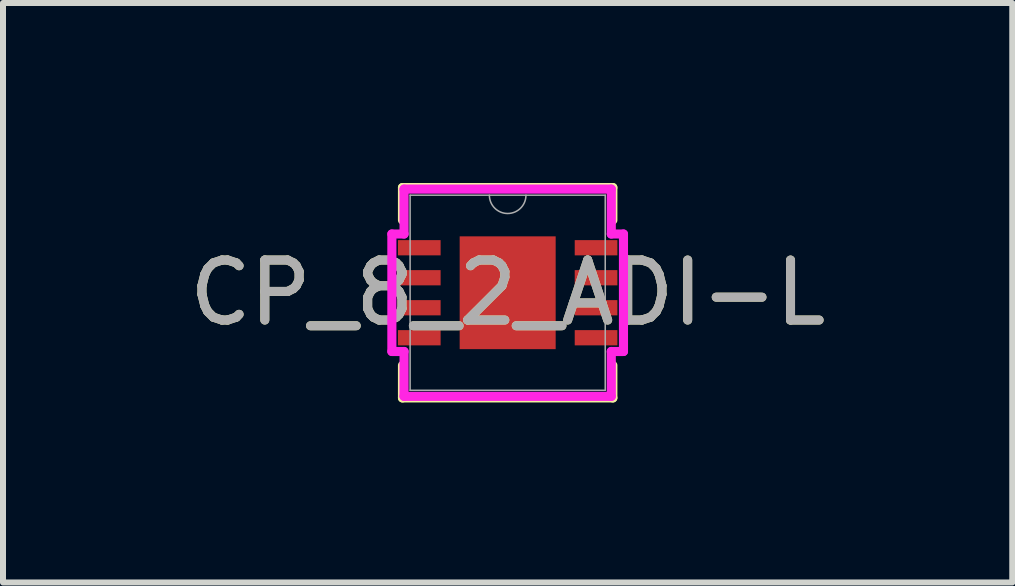
<source format=kicad_pcb>
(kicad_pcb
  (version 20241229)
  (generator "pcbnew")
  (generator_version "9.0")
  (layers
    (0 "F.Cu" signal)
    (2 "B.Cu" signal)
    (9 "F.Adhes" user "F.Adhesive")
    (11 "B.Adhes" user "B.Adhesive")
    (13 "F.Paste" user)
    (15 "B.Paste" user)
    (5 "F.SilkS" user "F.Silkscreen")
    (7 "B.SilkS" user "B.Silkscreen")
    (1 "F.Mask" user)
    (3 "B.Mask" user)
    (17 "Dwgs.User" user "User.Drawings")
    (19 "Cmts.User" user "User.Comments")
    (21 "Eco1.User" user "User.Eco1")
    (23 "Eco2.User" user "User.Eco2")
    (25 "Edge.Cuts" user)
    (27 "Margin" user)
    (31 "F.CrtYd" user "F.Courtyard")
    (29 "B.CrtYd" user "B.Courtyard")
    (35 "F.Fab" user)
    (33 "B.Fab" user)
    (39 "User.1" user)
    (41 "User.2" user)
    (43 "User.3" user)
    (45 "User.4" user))
  (footprint "CP_8_2_ADI-L"
    (layer "F.Cu")
    (at 5.411 1.829)
    (property "Reference" "CP_8_2_ADI-L" (at 0 0 0) (unlocked yes) (layer "F.SilkS") (effects (font (size 1 1) (thickness 0.15))))
    (attr smd)
    (fp_line (start -1.753 -1.753) (end -1.753 -1.21) (stroke (width 0.152) (type solid)) (layer "F.SilkS"))
    (fp_line (start -1.753 1.21) (end -1.753 1.753) (stroke (width 0.152) (type solid)) (layer "F.SilkS"))
    (fp_line (start -1.753 1.753) (end 1.753 1.753) (stroke (width 0.152) (type solid)) (layer "F.SilkS"))
    (fp_line (start 1.753 -1.753) (end -1.753 -1.753) (stroke (width 0.152) (type solid)) (layer "F.SilkS"))
    (fp_line (start 1.753 -1.21) (end 1.753 -1.753) (stroke (width 0.152) (type solid)) (layer "F.SilkS"))
    (fp_line (start 1.753 1.753) (end 1.753 1.21) (stroke (width 0.152) (type solid)) (layer "F.SilkS"))
    (fp_line (start -1.93 -0.979) (end -1.727 -0.979) (stroke (width 0.152) (type solid)) (layer "F.CrtYd"))
    (fp_line (start -1.93 0.979) (end -1.93 -0.979) (stroke (width 0.152) (type solid)) (layer "F.CrtYd"))
    (fp_line (start -1.93 0.979) (end -1.727 0.979) (stroke (width 0.152) (type solid)) (layer "F.CrtYd"))
    (fp_line (start -1.727 -1.727) (end 1.727 -1.727) (stroke (width 0.152) (type solid)) (layer "F.CrtYd"))
    (fp_line (start -1.727 -0.979) (end -1.727 -1.727) (stroke (width 0.152) (type solid)) (layer "F.CrtYd"))
    (fp_line (start -1.727 1.727) (end -1.727 0.979) (stroke (width 0.152) (type solid)) (layer "F.CrtYd"))
    (fp_line (start 1.727 -1.727) (end 1.727 -0.979) (stroke (width 0.152) (type solid)) (layer "F.CrtYd"))
    (fp_line (start 1.727 0.979) (end 1.727 1.727) (stroke (width 0.152) (type solid)) (layer "F.CrtYd"))
    (fp_line (start 1.727 1.727) (end -1.727 1.727) (stroke (width 0.152) (type solid)) (layer "F.CrtYd"))
    (fp_line (start 1.93 -0.979) (end 1.727 -0.979) (stroke (width 0.152) (type solid)) (layer "F.CrtYd"))
    (fp_line (start 1.93 -0.979) (end 1.93 0.979) (stroke (width 0.152) (type solid)) (layer "F.CrtYd"))
    (fp_line (start 1.93 0.979) (end 1.727 0.979) (stroke (width 0.152) (type solid)) (layer "F.CrtYd"))
    (fp_line (start -1.626 -1.626) (end -1.626 1.626) (stroke (width 0.025) (type solid)) (layer "F.Fab"))
    (fp_line (start -1.626 1.626) (end 1.626 1.626) (stroke (width 0.025) (type solid)) (layer "F.Fab"))
    (fp_line (start 1.626 -1.626) (end -1.626 -1.626) (stroke (width 0.025) (type solid)) (layer "F.Fab"))
    (fp_line (start 1.626 1.626) (end 1.626 -1.626) (stroke (width 0.025) (type solid)) (layer "F.Fab"))
    (fp_arc (start 0.3048 -1.6256) (mid 0 -1.3208) (end -0.3048 -1.6256) (stroke (width 0.0254) (type solid)) (layer "F.Fab"))
    (fp_text user "${REFERENCE}" (at 0 0 0) (unlocked yes) (layer "F.Fab") (effects (font (size 1 1) (thickness 0.15))))
    (pad "1" smd rect (at -1.473 -0.75) (size 0.711 0.254) (layers "F.Cu" "F.Mask" "F.Paste"))
    (pad "2" smd rect (at -1.473 -0.25) (size 0.711 0.254) (layers "F.Cu" "F.Mask" "F.Paste"))
    (pad "3" smd rect (at -1.473 0.25) (size 0.711 0.254) (layers "F.Cu" "F.Mask" "F.Paste"))
    (pad "4" smd rect (at -1.473 0.75) (size 0.711 0.254) (layers "F.Cu" "F.Mask" "F.Paste"))
    (pad "5" smd rect (at 1.473 0.75) (size 0.711 0.254) (layers "F.Cu" "F.Mask" "F.Paste"))
    (pad "6" smd rect (at 1.473 0.25) (size 0.711 0.254) (layers "F.Cu" "F.Mask" "F.Paste"))
    (pad "7" smd rect (at 1.473 -0.25) (size 0.711 0.254) (layers "F.Cu" "F.Mask" "F.Paste"))
    (pad "8" smd rect (at 1.473 -0.75) (size 0.711 0.254) (layers "F.Cu" "F.Mask" "F.Paste"))
    (pad "9" smd rect (at 0 0) (size 1.6 1.88) (layers "F.Cu" "F.Mask" "F.Paste")))
  (gr_rect
    (start -3 -3)
    (end 13.821 6.658)
    (stroke (width 0.1) (type default))
    (fill no)
    (layer "Edge.Cuts")))
</source>
